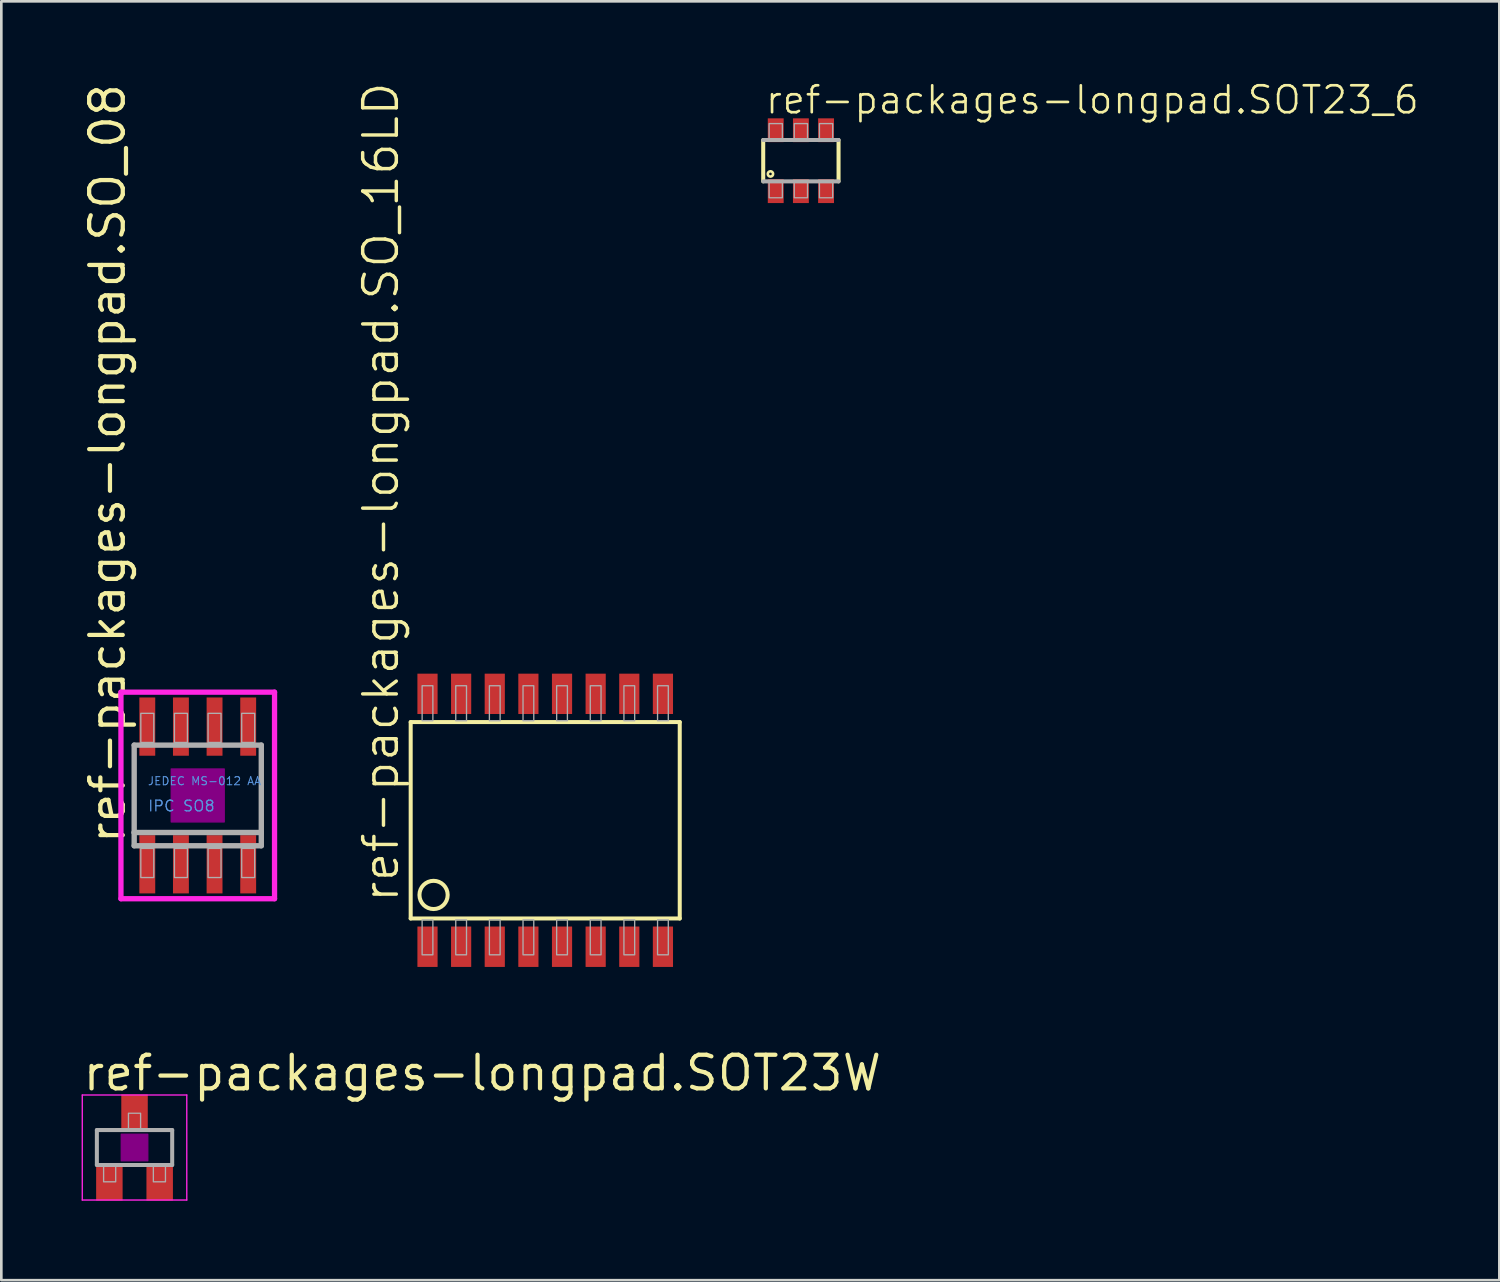
<source format=kicad_pcb>
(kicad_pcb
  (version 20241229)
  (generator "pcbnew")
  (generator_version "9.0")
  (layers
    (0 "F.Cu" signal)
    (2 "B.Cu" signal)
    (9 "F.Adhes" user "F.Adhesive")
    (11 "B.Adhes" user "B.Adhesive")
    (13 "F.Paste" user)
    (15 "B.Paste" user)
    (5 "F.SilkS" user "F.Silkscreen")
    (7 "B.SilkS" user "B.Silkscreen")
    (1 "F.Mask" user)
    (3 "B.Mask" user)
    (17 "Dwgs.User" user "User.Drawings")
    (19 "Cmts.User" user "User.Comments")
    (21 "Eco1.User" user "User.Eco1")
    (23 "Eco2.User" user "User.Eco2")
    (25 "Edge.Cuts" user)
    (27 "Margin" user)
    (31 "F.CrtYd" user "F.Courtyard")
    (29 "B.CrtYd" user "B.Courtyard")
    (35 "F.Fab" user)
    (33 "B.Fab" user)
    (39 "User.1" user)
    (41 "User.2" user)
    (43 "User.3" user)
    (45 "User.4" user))
  (footprint "ref-packages-longpad.SO_16LD"
    (layer "F.Cu")
    (at 17.538 27.925)
    (property "Reference" "ref-packages-longpad.SO_16LD" (at -5.461 3.175 90) (layer "F.SilkS") (effects (font (size 1.27 1.27) (thickness 0.13)) (justify left bottom)))
    (attr smd)
    (fp_line (start -5.08 -3.708) (end -5.08 3.708) (stroke (width 0.152) (type default)) (layer "F.SilkS"))
    (fp_line (start -5.08 3.708) (end 5.08 3.708) (stroke (width 0.152) (type default)) (layer "F.SilkS"))
    (fp_line (start 5.08 -3.708) (end -5.08 -3.708) (stroke (width 0.152) (type default)) (layer "F.SilkS"))
    (fp_line (start 5.08 3.708) (end 5.08 -3.708) (stroke (width 0.152) (type default)) (layer "F.SilkS"))
    (fp_circle (center -4.216 2.819) (end -3.683 2.819) (stroke (width 0.152) (type default)) (fill no) (layer "F.SilkS"))
    (fp_rect (start -4.648 -3.759) (end -4.242 -5.08) (stroke (width 0.05) (type default)) (fill no) (layer "F.Fab"))
    (fp_rect (start -4.648 5.08) (end -4.242 3.759) (stroke (width 0.05) (type default)) (fill no) (layer "F.Fab"))
    (fp_rect (start -3.378 -3.759) (end -2.972 -5.08) (stroke (width 0.05) (type default)) (fill no) (layer "F.Fab"))
    (fp_rect (start -3.378 5.08) (end -2.972 3.759) (stroke (width 0.05) (type default)) (fill no) (layer "F.Fab"))
    (fp_rect (start -2.108 -3.759) (end -1.702 -5.08) (stroke (width 0.05) (type default)) (fill no) (layer "F.Fab"))
    (fp_rect (start -2.108 5.08) (end -1.702 3.759) (stroke (width 0.05) (type default)) (fill no) (layer "F.Fab"))
    (fp_rect (start -0.838 -3.759) (end -0.432 -5.08) (stroke (width 0.05) (type default)) (fill no) (layer "F.Fab"))
    (fp_rect (start -0.838 5.08) (end -0.432 3.759) (stroke (width 0.05) (type default)) (fill no) (layer "F.Fab"))
    (fp_rect (start 0.432 -3.759) (end 0.838 -5.08) (stroke (width 0.05) (type default)) (fill no) (layer "F.Fab"))
    (fp_rect (start 0.432 5.08) (end 0.838 3.759) (stroke (width 0.05) (type default)) (fill no) (layer "F.Fab"))
    (fp_rect (start 1.702 -3.759) (end 2.108 -5.08) (stroke (width 0.05) (type default)) (fill no) (layer "F.Fab"))
    (fp_rect (start 1.702 5.08) (end 2.108 3.759) (stroke (width 0.05) (type default)) (fill no) (layer "F.Fab"))
    (fp_rect (start 2.972 -3.759) (end 3.378 -5.08) (stroke (width 0.05) (type default)) (fill no) (layer "F.Fab"))
    (fp_rect (start 2.972 5.08) (end 3.378 3.759) (stroke (width 0.05) (type default)) (fill no) (layer "F.Fab"))
    (fp_rect (start 4.242 -3.759) (end 4.648 -5.08) (stroke (width 0.05) (type default)) (fill no) (layer "F.Fab"))
    (fp_rect (start 4.242 5.08) (end 4.648 3.759) (stroke (width 0.05) (type default)) (fill no) (layer "F.Fab"))
    (pad "1" smd roundrect (at -4.445 4.775) (size 0.762 1.524) (layers "F.Cu" "F.Mask" "F.Paste") (roundrect_rratio 0.01))
    (pad "2" smd roundrect (at -3.175 4.775) (size 0.762 1.524) (layers "F.Cu" "F.Mask" "F.Paste") (roundrect_rratio 0.01))
    (pad "3" smd roundrect (at -1.905 4.775) (size 0.762 1.524) (layers "F.Cu" "F.Mask" "F.Paste") (roundrect_rratio 0.01))
    (pad "4" smd roundrect (at -0.635 4.775) (size 0.762 1.524) (layers "F.Cu" "F.Mask" "F.Paste") (roundrect_rratio 0.01))
    (pad "5" smd roundrect (at 0.635 4.775) (size 0.762 1.524) (layers "F.Cu" "F.Mask" "F.Paste") (roundrect_rratio 0.01))
    (pad "6" smd roundrect (at 1.905 4.775) (size 0.762 1.524) (layers "F.Cu" "F.Mask" "F.Paste") (roundrect_rratio 0.01))
    (pad "7" smd roundrect (at 3.175 4.775) (size 0.762 1.524) (layers "F.Cu" "F.Mask" "F.Paste") (roundrect_rratio 0.01))
    (pad "8" smd roundrect (at 4.445 4.775) (size 0.762 1.524) (layers "F.Cu" "F.Mask" "F.Paste") (roundrect_rratio 0.01))
    (pad "9" smd roundrect (at 4.445 -4.775) (size 0.762 1.524) (layers "F.Cu" "F.Mask" "F.Paste") (roundrect_rratio 0.01))
    (pad "10" smd roundrect (at 3.175 -4.775) (size 0.762 1.524) (layers "F.Cu" "F.Mask" "F.Paste") (roundrect_rratio 0.01))
    (pad "11" smd roundrect (at 1.905 -4.775) (size 0.762 1.524) (layers "F.Cu" "F.Mask" "F.Paste") (roundrect_rratio 0.01))
    (pad "12" smd roundrect (at 0.635 -4.775) (size 0.762 1.524) (layers "F.Cu" "F.Mask" "F.Paste") (roundrect_rratio 0.01))
    (pad "13" smd roundrect (at -0.635 -4.775) (size 0.762 1.524) (layers "F.Cu" "F.Mask" "F.Paste") (roundrect_rratio 0.01))
    (pad "14" smd roundrect (at -1.905 -4.775) (size 0.762 1.524) (layers "F.Cu" "F.Mask" "F.Paste") (roundrect_rratio 0.01))
    (pad "15" smd roundrect (at -3.175 -4.775) (size 0.762 1.524) (layers "F.Cu" "F.Mask" "F.Paste") (roundrect_rratio 0.01))
    (pad "16" smd roundrect (at -4.445 -4.775) (size 0.762 1.524) (layers "F.Cu" "F.Mask" "F.Paste") (roundrect_rratio 0.01)))
  (footprint "ref-packages-longpad.SOT23W"
    (layer "F.Cu")
    (at 2.03 40.282)
    (property "Reference" "ref-packages-longpad.SOT23W" (at -2.03 -2.07 0) (layer "F.SilkS") (effects (font (size 1.27 1.27) (thickness 0.16)) (justify left bottom)))
    (attr smd)
    (fp_rect (start -0.5 0.5) (end 0.5 -0.5) (stroke (width 0.05) (type default)) (fill yes) (layer "F.Adhes"))
    (fp_line (start -1.973 -1.983) (end 1.973 -1.983) (stroke (width 0.051) (type default)) (layer "F.CrtYd"))
    (fp_line (start -1.973 1.983) (end -1.973 -1.983) (stroke (width 0.051) (type default)) (layer "F.CrtYd"))
    (fp_line (start 1.973 -1.983) (end 1.973 1.983) (stroke (width 0.051) (type default)) (layer "F.CrtYd"))
    (fp_line (start 1.973 1.983) (end -1.973 1.983) (stroke (width 0.051) (type default)) (layer "F.CrtYd"))
    (fp_line (start -1.422 -0.66) (end 1.422 -0.66) (stroke (width 0.152) (type default)) (layer "F.Fab"))
    (fp_line (start -1.422 0.66) (end -1.422 -0.66) (stroke (width 0.152) (type default)) (layer "F.Fab"))
    (fp_line (start 1.422 -0.66) (end 1.422 0.66) (stroke (width 0.152) (type default)) (layer "F.Fab"))
    (fp_line (start 1.422 0.66) (end -1.422 0.66) (stroke (width 0.152) (type default)) (layer "F.Fab"))
    (fp_rect (start -1.168 1.295) (end -0.711 0.711) (stroke (width 0.05) (type default)) (fill no) (layer "F.Fab"))
    (fp_rect (start -0.229 -0.711) (end 0.229 -1.295) (stroke (width 0.05) (type default)) (fill no) (layer "F.Fab"))
    (fp_rect (start 0.711 1.295) (end 1.168 0.711) (stroke (width 0.05) (type default)) (fill no) (layer "F.Fab"))
    (pad "1" smd roundrect (at -0.95 1.303) (size 1 1.4) (layers "F.Cu" "F.Mask" "F.Paste") (roundrect_rratio 0.01))
    (pad "2" smd roundrect (at 0.95 1.303) (size 1 1.4) (layers "F.Cu" "F.Mask" "F.Paste") (roundrect_rratio 0.01))
    (pad "3" smd roundrect (at 0 -1.303) (size 1 1.4) (layers "F.Cu" "F.Mask" "F.Paste") (roundrect_rratio 0.01)))
  (footprint "ref-packages-longpad.SOT23_6"
    (layer "F.Cu")
    (at 27.193 3.018)
    (property "Reference" "ref-packages-longpad.SOT23_6" (at -1.397 -1.702 0) (layer "F.SilkS") (effects (font (size 1.016 1.016) (thickness 0.1)) (justify left bottom)))
    (attr smd)
    (fp_line (start -1.423 0.781) (end -1.423 -0.781) (stroke (width 0.152) (type default)) (layer "F.SilkS"))
    (fp_line (start 1.422 -0.781) (end 1.422 0.781) (stroke (width 0.152) (type default)) (layer "F.SilkS"))
    (fp_circle (center -1.15 0.5) (end -1.05 0.5) (stroke (width 0.1) (type default)) (fill no) (layer "F.SilkS"))
    (fp_line (start -1.423 -0.781) (end 1.422 -0.781) (stroke (width 0.152) (type default)) (layer "F.Fab"))
    (fp_line (start 1.422 0.781) (end -1.423 0.781) (stroke (width 0.152) (type default)) (layer "F.Fab"))
    (fp_rect (start -1.2 -0.8) (end -0.7 -1.4) (stroke (width 0.05) (type default)) (fill no) (layer "F.Fab"))
    (fp_rect (start -1.2 1.4) (end -0.7 0.8) (stroke (width 0.05) (type default)) (fill no) (layer "F.Fab"))
    (fp_rect (start -0.25 -0.8) (end 0.25 -1.4) (stroke (width 0.05) (type default)) (fill no) (layer "F.Fab"))
    (fp_rect (start -0.25 1.4) (end 0.25 0.8) (stroke (width 0.05) (type default)) (fill no) (layer "F.Fab"))
    (fp_rect (start 0.7 -0.8) (end 1.2 -1.4) (stroke (width 0.05) (type default)) (fill no) (layer "F.Fab"))
    (fp_rect (start 0.7 1.4) (end 1.2 0.8) (stroke (width 0.05) (type default)) (fill no) (layer "F.Fab"))
    (pad "1" smd roundrect (at -0.95 1.15) (size 0.6 0.9) (layers "F.Cu" "F.Mask" "F.Paste") (roundrect_rratio 0.01))
    (pad "2" smd roundrect (at 0 1.15) (size 0.6 0.9) (layers "F.Cu" "F.Mask" "F.Paste") (roundrect_rratio 0.01))
    (pad "3" smd roundrect (at 0.95 1.15) (size 0.6 0.9) (layers "F.Cu" "F.Mask" "F.Paste") (roundrect_rratio 0.01))
    (pad "4" smd roundrect (at 0.95 -1.15) (size 0.6 0.9) (layers "F.Cu" "F.Mask" "F.Paste") (roundrect_rratio 0.01))
    (pad "5" smd roundrect (at 0 -1.15) (size 0.6 0.9) (layers "F.Cu" "F.Mask" "F.Paste") (roundrect_rratio 0.01))
    (pad "6" smd roundrect (at -0.95 -1.15) (size 0.6 0.9) (layers "F.Cu" "F.Mask" "F.Paste") (roundrect_rratio 0.01)))
  (footprint "ref-packages-longpad.SO_08"
    (layer "F.Cu")
    (at 4.417 26.987)
    (property "Reference" "ref-packages-longpad.SO_08" (at -2.667 1.905 90) (layer "F.SilkS") (effects (font (size 1.27 1.27) (thickness 0.16)) (justify left bottom)))
    (attr smd)
    (fp_rect (start -1 1) (end 1 -1) (stroke (width 0.05) (type default)) (fill yes) (layer "F.Adhes"))
    (fp_line (start -2.9 -3.9) (end 2.9 -3.9) (stroke (width 0.2) (type default)) (layer "F.CrtYd"))
    (fp_line (start -2.9 3.9) (end -2.9 -3.9) (stroke (width 0.2) (type default)) (layer "F.CrtYd"))
    (fp_line (start 2.9 -3.9) (end 2.9 3.9) (stroke (width 0.2) (type default)) (layer "F.CrtYd"))
    (fp_line (start 2.9 3.9) (end -2.9 3.9) (stroke (width 0.2) (type default)) (layer "F.CrtYd"))
    (fp_line (start -2.4 -1.9) (end 2.4 -1.9) (stroke (width 0.203) (type default)) (layer "F.Fab"))
    (fp_line (start -2.4 1.4) (end -2.4 -1.9) (stroke (width 0.203) (type default)) (layer "F.Fab"))
    (fp_line (start -2.4 1.9) (end -2.4 1.4) (stroke (width 0.203) (type default)) (layer "F.Fab"))
    (fp_line (start 2.4 -1.9) (end 2.4 1.4) (stroke (width 0.203) (type default)) (layer "F.Fab"))
    (fp_line (start 2.4 1.4) (end -2.4 1.4) (stroke (width 0.203) (type default)) (layer "F.Fab"))
    (fp_line (start 2.4 1.4) (end 2.4 1.9) (stroke (width 0.203) (type default)) (layer "F.Fab"))
    (fp_line (start 2.4 1.9) (end -2.4 1.9) (stroke (width 0.203) (type default)) (layer "F.Fab"))
    (fp_rect (start -2.15 -2) (end -1.66 -3.1) (stroke (width 0.05) (type default)) (fill no) (layer "F.Fab"))
    (fp_rect (start -2.15 3.1) (end -1.66 2) (stroke (width 0.05) (type default)) (fill no) (layer "F.Fab"))
    (fp_rect (start -0.88 -2) (end -0.39 -3.1) (stroke (width 0.05) (type default)) (fill no) (layer "F.Fab"))
    (fp_rect (start -0.88 3.1) (end -0.39 2) (stroke (width 0.05) (type default)) (fill no) (layer "F.Fab"))
    (fp_rect (start 0.39 -2) (end 0.88 -3.1) (stroke (width 0.05) (type default)) (fill no) (layer "F.Fab"))
    (fp_rect (start 0.39 3.1) (end 0.88 2) (stroke (width 0.05) (type default)) (fill no) (layer "F.Fab"))
    (fp_rect (start 1.66 -2) (end 2.15 -3.1) (stroke (width 0.05) (type default)) (fill no) (layer "F.Fab"))
    (fp_rect (start 1.66 3.1) (end 2.15 2) (stroke (width 0.05) (type default)) (fill no) (layer "F.Fab"))
    (fp_text user "JEDEC MS-012 AA" (at -1.905 -0.365 0) (layer "Cmts.User") (effects (font (size 0.305 0.305) (thickness 0.04)) (justify left bottom)))
    (fp_text user "IPC SO8" (at -1.905 0.635 0) (layer "Cmts.User") (effects (font (size 0.406 0.406) (thickness 0.05)) (justify left bottom)))
    (pad "1" smd roundrect (at -1.905 2.6) (size 0.6 2.2) (layers "F.Cu" "F.Mask" "F.Paste") (roundrect_rratio 0.01))
    (pad "2" smd roundrect (at -0.635 2.6) (size 0.6 2.2) (layers "F.Cu" "F.Mask" "F.Paste") (roundrect_rratio 0.01))
    (pad "3" smd roundrect (at 0.635 2.6) (size 0.6 2.2) (layers "F.Cu" "F.Mask" "F.Paste") (roundrect_rratio 0.01))
    (pad "4" smd roundrect (at 1.905 2.6) (size 0.6 2.2) (layers "F.Cu" "F.Mask" "F.Paste") (roundrect_rratio 0.01))
    (pad "5" smd roundrect (at 1.905 -2.6) (size 0.6 2.2) (layers "F.Cu" "F.Mask" "F.Paste") (roundrect_rratio 0.01))
    (pad "6" smd roundrect (at 0.635 -2.6) (size 0.6 2.2) (layers "F.Cu" "F.Mask" "F.Paste") (roundrect_rratio 0.01))
    (pad "7" smd roundrect (at -0.635 -2.6) (size 0.6 2.2) (layers "F.Cu" "F.Mask" "F.Paste") (roundrect_rratio 0.01))
    (pad "8" smd roundrect (at -1.905 -2.6) (size 0.6 2.2) (layers "F.Cu" "F.Mask" "F.Paste") (roundrect_rratio 0.01)))
  (gr_rect
    (start -3 -3)
    (end 53.567 45.291)
    (stroke (width 0.1) (type default))
    (fill no)
    (layer "Edge.Cuts")))
</source>
